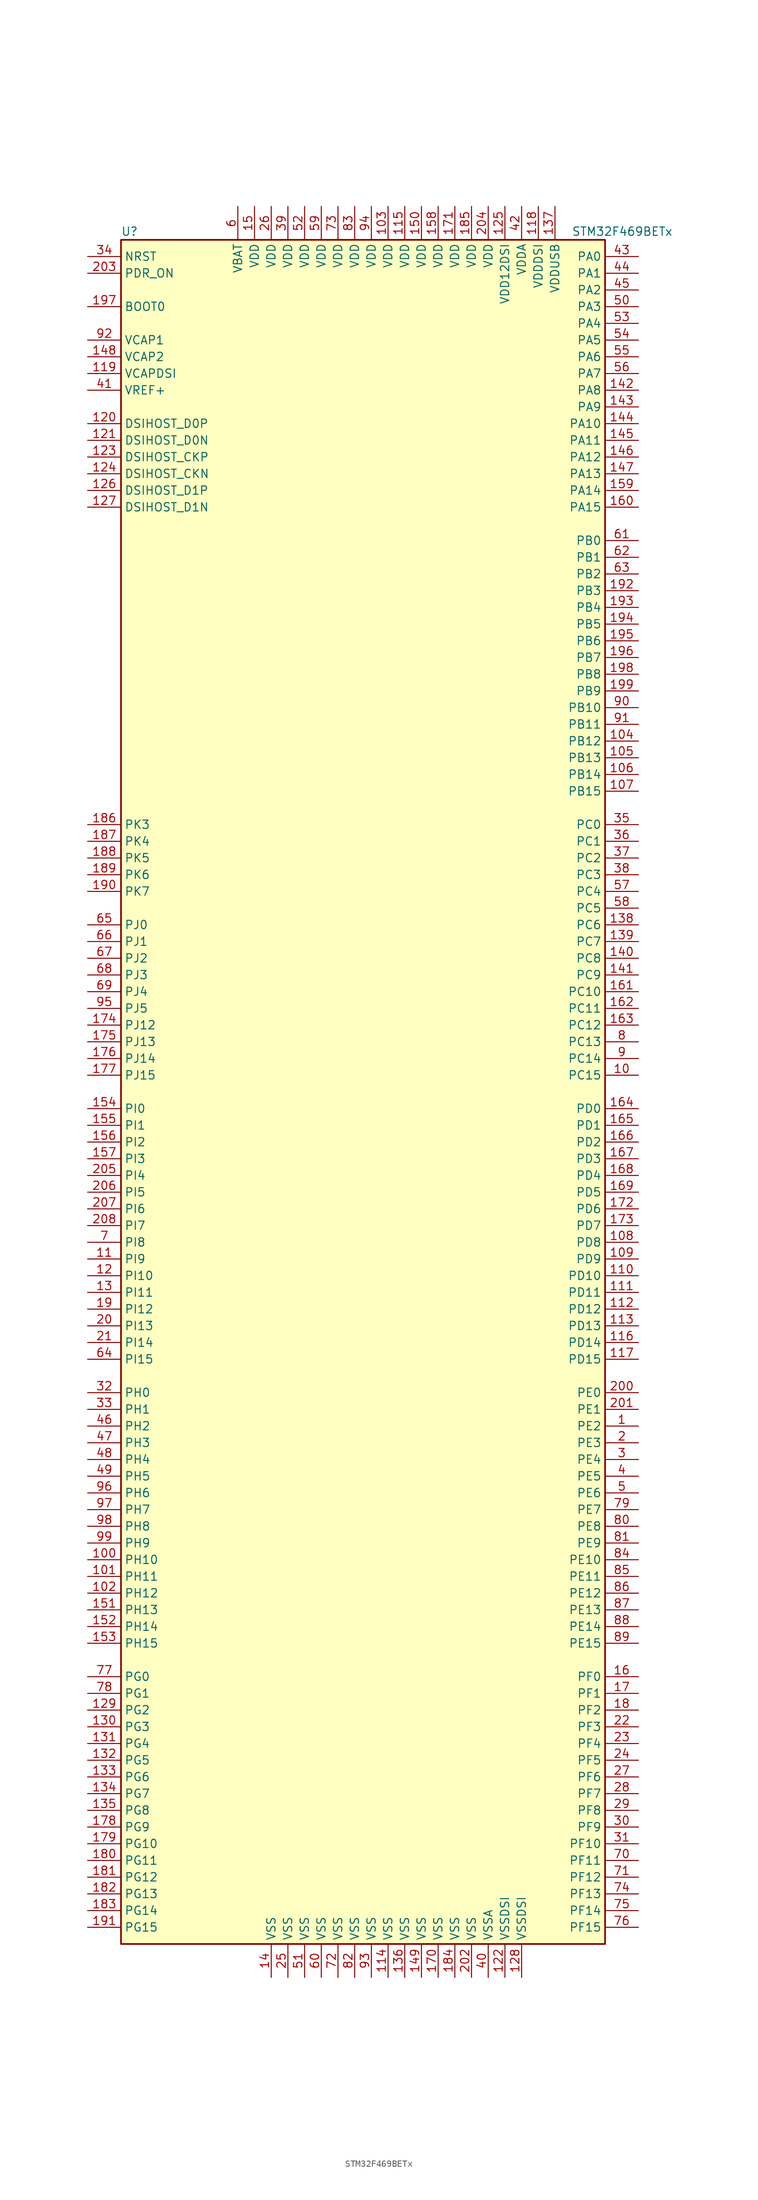
<source format=kicad_sym>
(kicad_symbol_lib
  (version 20201005)
  (generator kicad_symbol_editor)
  (symbol "STM32F469BETx"
    (property "Reference" "U"
      (at -38.1 130.81 0)
      (effects (font (size 1.27 1.27)) (justify left)))
    (property "Value" "STM32F469BETx"
      (at 30.48 130.81 0)
      (effects (font (size 1.27 1.27)) (justify left)))
    (symbol "STM32F469BETx_0_1"
      (rectangle (start -38.1 -129.54) (end 35.56 129.54) (stroke (width 0.254)) (fill (type background))))
    (symbol "STM32F469BETx_1_1"
      (pin input line (at -43.18 119.38 0) (length 5.08) (name "BOOT0" (effects (font (size 1.27 1.27)))) (number "197" (effects (font (size 1.27 1.27)))))
      (pin bidirectional line (at -43.18 93.98 0) (length 5.08) (name "DSIHOST_CKN" (effects (font (size 1.27 1.27)))) (number "124" (effects (font (size 1.27 1.27)))))
      (pin bidirectional line (at -43.18 96.52 0) (length 5.08) (name "DSIHOST_CKP" (effects (font (size 1.27 1.27)))) (number "123" (effects (font (size 1.27 1.27)))))
      (pin bidirectional line (at -43.18 99.06 0) (length 5.08) (name "DSIHOST_D0N" (effects (font (size 1.27 1.27)))) (number "121" (effects (font (size 1.27 1.27)))))
      (pin bidirectional line (at -43.18 101.6 0) (length 5.08) (name "DSIHOST_D0P" (effects (font (size 1.27 1.27)))) (number "120" (effects (font (size 1.27 1.27)))))
      (pin bidirectional line (at -43.18 88.9 0) (length 5.08) (name "DSIHOST_D1N" (effects (font (size 1.27 1.27)))) (number "127" (effects (font (size 1.27 1.27)))))
      (pin bidirectional line (at -43.18 91.44 0) (length 5.08) (name "DSIHOST_D1P" (effects (font (size 1.27 1.27)))) (number "126" (effects (font (size 1.27 1.27)))))
      (pin input line (at -43.18 127 0) (length 5.08) (name "NRST" (effects (font (size 1.27 1.27)))) (number "34" (effects (font (size 1.27 1.27)))))
      (pin bidirectional line (at 40.64 127 180) (length 5.08) (name "PA0" (effects (font (size 1.27 1.27)))) (number "43" (effects (font (size 1.27 1.27)))))
      (pin bidirectional line (at 40.64 124.46 180) (length 5.08) (name "PA1" (effects (font (size 1.27 1.27)))) (number "44" (effects (font (size 1.27 1.27)))))
      (pin bidirectional line (at 40.64 101.6 180) (length 5.08) (name "PA10" (effects (font (size 1.27 1.27)))) (number "144" (effects (font (size 1.27 1.27)))))
      (pin bidirectional line (at 40.64 99.06 180) (length 5.08) (name "PA11" (effects (font (size 1.27 1.27)))) (number "145" (effects (font (size 1.27 1.27)))))
      (pin bidirectional line (at 40.64 96.52 180) (length 5.08) (name "PA12" (effects (font (size 1.27 1.27)))) (number "146" (effects (font (size 1.27 1.27)))))
      (pin bidirectional line (at 40.64 93.98 180) (length 5.08) (name "PA13" (effects (font (size 1.27 1.27)))) (number "147" (effects (font (size 1.27 1.27)))))
      (pin bidirectional line (at 40.64 91.44 180) (length 5.08) (name "PA14" (effects (font (size 1.27 1.27)))) (number "159" (effects (font (size 1.27 1.27)))))
      (pin bidirectional line (at 40.64 88.9 180) (length 5.08) (name "PA15" (effects (font (size 1.27 1.27)))) (number "160" (effects (font (size 1.27 1.27)))))
      (pin bidirectional line (at 40.64 121.92 180) (length 5.08) (name "PA2" (effects (font (size 1.27 1.27)))) (number "45" (effects (font (size 1.27 1.27)))))
      (pin bidirectional line (at 40.64 119.38 180) (length 5.08) (name "PA3" (effects (font (size 1.27 1.27)))) (number "50" (effects (font (size 1.27 1.27)))))
      (pin bidirectional line (at 40.64 116.84 180) (length 5.08) (name "PA4" (effects (font (size 1.27 1.27)))) (number "53" (effects (font (size 1.27 1.27)))))
      (pin bidirectional line (at 40.64 114.3 180) (length 5.08) (name "PA5" (effects (font (size 1.27 1.27)))) (number "54" (effects (font (size 1.27 1.27)))))
      (pin bidirectional line (at 40.64 111.76 180) (length 5.08) (name "PA6" (effects (font (size 1.27 1.27)))) (number "55" (effects (font (size 1.27 1.27)))))
      (pin bidirectional line (at 40.64 109.22 180) (length 5.08) (name "PA7" (effects (font (size 1.27 1.27)))) (number "56" (effects (font (size 1.27 1.27)))))
      (pin bidirectional line (at 40.64 106.68 180) (length 5.08) (name "PA8" (effects (font (size 1.27 1.27)))) (number "142" (effects (font (size 1.27 1.27)))))
      (pin bidirectional line (at 40.64 104.14 180) (length 5.08) (name "PA9" (effects (font (size 1.27 1.27)))) (number "143" (effects (font (size 1.27 1.27)))))
      (pin bidirectional line (at 40.64 83.82 180) (length 5.08) (name "PB0" (effects (font (size 1.27 1.27)))) (number "61" (effects (font (size 1.27 1.27)))))
      (pin bidirectional line (at 40.64 81.28 180) (length 5.08) (name "PB1" (effects (font (size 1.27 1.27)))) (number "62" (effects (font (size 1.27 1.27)))))
      (pin bidirectional line (at 40.64 58.42 180) (length 5.08) (name "PB10" (effects (font (size 1.27 1.27)))) (number "90" (effects (font (size 1.27 1.27)))))
      (pin bidirectional line (at 40.64 55.88 180) (length 5.08) (name "PB11" (effects (font (size 1.27 1.27)))) (number "91" (effects (font (size 1.27 1.27)))))
      (pin bidirectional line (at 40.64 53.34 180) (length 5.08) (name "PB12" (effects (font (size 1.27 1.27)))) (number "104" (effects (font (size 1.27 1.27)))))
      (pin bidirectional line (at 40.64 50.8 180) (length 5.08) (name "PB13" (effects (font (size 1.27 1.27)))) (number "105" (effects (font (size 1.27 1.27)))))
      (pin bidirectional line (at 40.64 48.26 180) (length 5.08) (name "PB14" (effects (font (size 1.27 1.27)))) (number "106" (effects (font (size 1.27 1.27)))))
      (pin bidirectional line (at 40.64 45.72 180) (length 5.08) (name "PB15" (effects (font (size 1.27 1.27)))) (number "107" (effects (font (size 1.27 1.27)))))
      (pin bidirectional line (at 40.64 78.74 180) (length 5.08) (name "PB2" (effects (font (size 1.27 1.27)))) (number "63" (effects (font (size 1.27 1.27)))))
      (pin bidirectional line (at 40.64 76.2 180) (length 5.08) (name "PB3" (effects (font (size 1.27 1.27)))) (number "192" (effects (font (size 1.27 1.27)))))
      (pin bidirectional line (at 40.64 73.66 180) (length 5.08) (name "PB4" (effects (font (size 1.27 1.27)))) (number "193" (effects (font (size 1.27 1.27)))))
      (pin bidirectional line (at 40.64 71.12 180) (length 5.08) (name "PB5" (effects (font (size 1.27 1.27)))) (number "194" (effects (font (size 1.27 1.27)))))
      (pin bidirectional line (at 40.64 68.58 180) (length 5.08) (name "PB6" (effects (font (size 1.27 1.27)))) (number "195" (effects (font (size 1.27 1.27)))))
      (pin bidirectional line (at 40.64 66.04 180) (length 5.08) (name "PB7" (effects (font (size 1.27 1.27)))) (number "196" (effects (font (size 1.27 1.27)))))
      (pin bidirectional line (at 40.64 63.5 180) (length 5.08) (name "PB8" (effects (font (size 1.27 1.27)))) (number "198" (effects (font (size 1.27 1.27)))))
      (pin bidirectional line (at 40.64 60.96 180) (length 5.08) (name "PB9" (effects (font (size 1.27 1.27)))) (number "199" (effects (font (size 1.27 1.27)))))
      (pin bidirectional line (at 40.64 40.64 180) (length 5.08) (name "PC0" (effects (font (size 1.27 1.27)))) (number "35" (effects (font (size 1.27 1.27)))))
      (pin bidirectional line (at 40.64 38.1 180) (length 5.08) (name "PC1" (effects (font (size 1.27 1.27)))) (number "36" (effects (font (size 1.27 1.27)))))
      (pin bidirectional line (at 40.64 15.24 180) (length 5.08) (name "PC10" (effects (font (size 1.27 1.27)))) (number "161" (effects (font (size 1.27 1.27)))))
      (pin bidirectional line (at 40.64 12.7 180) (length 5.08) (name "PC11" (effects (font (size 1.27 1.27)))) (number "162" (effects (font (size 1.27 1.27)))))
      (pin bidirectional line (at 40.64 10.16 180) (length 5.08) (name "PC12" (effects (font (size 1.27 1.27)))) (number "163" (effects (font (size 1.27 1.27)))))
      (pin bidirectional line (at 40.64 7.62 180) (length 5.08) (name "PC13" (effects (font (size 1.27 1.27)))) (number "8" (effects (font (size 1.27 1.27)))))
      (pin bidirectional line (at 40.64 5.08 180) (length 5.08) (name "PC14" (effects (font (size 1.27 1.27)))) (number "9" (effects (font (size 1.27 1.27)))))
      (pin bidirectional line (at 40.64 2.54 180) (length 5.08) (name "PC15" (effects (font (size 1.27 1.27)))) (number "10" (effects (font (size 1.27 1.27)))))
      (pin bidirectional line (at 40.64 35.56 180) (length 5.08) (name "PC2" (effects (font (size 1.27 1.27)))) (number "37" (effects (font (size 1.27 1.27)))))
      (pin bidirectional line (at 40.64 33.02 180) (length 5.08) (name "PC3" (effects (font (size 1.27 1.27)))) (number "38" (effects (font (size 1.27 1.27)))))
      (pin bidirectional line (at 40.64 30.48 180) (length 5.08) (name "PC4" (effects (font (size 1.27 1.27)))) (number "57" (effects (font (size 1.27 1.27)))))
      (pin bidirectional line (at 40.64 27.94 180) (length 5.08) (name "PC5" (effects (font (size 1.27 1.27)))) (number "58" (effects (font (size 1.27 1.27)))))
      (pin bidirectional line (at 40.64 25.4 180) (length 5.08) (name "PC6" (effects (font (size 1.27 1.27)))) (number "138" (effects (font (size 1.27 1.27)))))
      (pin bidirectional line (at 40.64 22.86 180) (length 5.08) (name "PC7" (effects (font (size 1.27 1.27)))) (number "139" (effects (font (size 1.27 1.27)))))
      (pin bidirectional line (at 40.64 20.32 180) (length 5.08) (name "PC8" (effects (font (size 1.27 1.27)))) (number "140" (effects (font (size 1.27 1.27)))))
      (pin bidirectional line (at 40.64 17.78 180) (length 5.08) (name "PC9" (effects (font (size 1.27 1.27)))) (number "141" (effects (font (size 1.27 1.27)))))
      (pin bidirectional line (at 40.64 -2.54 180) (length 5.08) (name "PD0" (effects (font (size 1.27 1.27)))) (number "164" (effects (font (size 1.27 1.27)))))
      (pin bidirectional line (at 40.64 -5.08 180) (length 5.08) (name "PD1" (effects (font (size 1.27 1.27)))) (number "165" (effects (font (size 1.27 1.27)))))
      (pin bidirectional line (at 40.64 -27.94 180) (length 5.08) (name "PD10" (effects (font (size 1.27 1.27)))) (number "110" (effects (font (size 1.27 1.27)))))
      (pin bidirectional line (at 40.64 -30.48 180) (length 5.08) (name "PD11" (effects (font (size 1.27 1.27)))) (number "111" (effects (font (size 1.27 1.27)))))
      (pin bidirectional line (at 40.64 -33.02 180) (length 5.08) (name "PD12" (effects (font (size 1.27 1.27)))) (number "112" (effects (font (size 1.27 1.27)))))
      (pin bidirectional line (at 40.64 -35.56 180) (length 5.08) (name "PD13" (effects (font (size 1.27 1.27)))) (number "113" (effects (font (size 1.27 1.27)))))
      (pin bidirectional line (at 40.64 -38.1 180) (length 5.08) (name "PD14" (effects (font (size 1.27 1.27)))) (number "116" (effects (font (size 1.27 1.27)))))
      (pin bidirectional line (at 40.64 -40.64 180) (length 5.08) (name "PD15" (effects (font (size 1.27 1.27)))) (number "117" (effects (font (size 1.27 1.27)))))
      (pin bidirectional line (at 40.64 -7.62 180) (length 5.08) (name "PD2" (effects (font (size 1.27 1.27)))) (number "166" (effects (font (size 1.27 1.27)))))
      (pin bidirectional line (at 40.64 -10.16 180) (length 5.08) (name "PD3" (effects (font (size 1.27 1.27)))) (number "167" (effects (font (size 1.27 1.27)))))
      (pin bidirectional line (at 40.64 -12.7 180) (length 5.08) (name "PD4" (effects (font (size 1.27 1.27)))) (number "168" (effects (font (size 1.27 1.27)))))
      (pin bidirectional line (at 40.64 -15.24 180) (length 5.08) (name "PD5" (effects (font (size 1.27 1.27)))) (number "169" (effects (font (size 1.27 1.27)))))
      (pin bidirectional line (at 40.64 -17.78 180) (length 5.08) (name "PD6" (effects (font (size 1.27 1.27)))) (number "172" (effects (font (size 1.27 1.27)))))
      (pin bidirectional line (at 40.64 -20.32 180) (length 5.08) (name "PD7" (effects (font (size 1.27 1.27)))) (number "173" (effects (font (size 1.27 1.27)))))
      (pin bidirectional line (at 40.64 -22.86 180) (length 5.08) (name "PD8" (effects (font (size 1.27 1.27)))) (number "108" (effects (font (size 1.27 1.27)))))
      (pin bidirectional line (at 40.64 -25.4 180) (length 5.08) (name "PD9" (effects (font (size 1.27 1.27)))) (number "109" (effects (font (size 1.27 1.27)))))
      (pin input line (at -43.18 124.46 0) (length 5.08) (name "PDR_ON" (effects (font (size 1.27 1.27)))) (number "203" (effects (font (size 1.27 1.27)))))
      (pin bidirectional line (at 40.64 -45.72 180) (length 5.08) (name "PE0" (effects (font (size 1.27 1.27)))) (number "200" (effects (font (size 1.27 1.27)))))
      (pin bidirectional line (at 40.64 -48.26 180) (length 5.08) (name "PE1" (effects (font (size 1.27 1.27)))) (number "201" (effects (font (size 1.27 1.27)))))
      (pin bidirectional line (at 40.64 -71.12 180) (length 5.08) (name "PE10" (effects (font (size 1.27 1.27)))) (number "84" (effects (font (size 1.27 1.27)))))
      (pin bidirectional line (at 40.64 -73.66 180) (length 5.08) (name "PE11" (effects (font (size 1.27 1.27)))) (number "85" (effects (font (size 1.27 1.27)))))
      (pin bidirectional line (at 40.64 -76.2 180) (length 5.08) (name "PE12" (effects (font (size 1.27 1.27)))) (number "86" (effects (font (size 1.27 1.27)))))
      (pin bidirectional line (at 40.64 -78.74 180) (length 5.08) (name "PE13" (effects (font (size 1.27 1.27)))) (number "87" (effects (font (size 1.27 1.27)))))
      (pin bidirectional line (at 40.64 -81.28 180) (length 5.08) (name "PE14" (effects (font (size 1.27 1.27)))) (number "88" (effects (font (size 1.27 1.27)))))
      (pin bidirectional line (at 40.64 -83.82 180) (length 5.08) (name "PE15" (effects (font (size 1.27 1.27)))) (number "89" (effects (font (size 1.27 1.27)))))
      (pin bidirectional line (at 40.64 -50.8 180) (length 5.08) (name "PE2" (effects (font (size 1.27 1.27)))) (number "1" (effects (font (size 1.27 1.27)))))
      (pin bidirectional line (at 40.64 -53.34 180) (length 5.08) (name "PE3" (effects (font (size 1.27 1.27)))) (number "2" (effects (font (size 1.27 1.27)))))
      (pin bidirectional line (at 40.64 -55.88 180) (length 5.08) (name "PE4" (effects (font (size 1.27 1.27)))) (number "3" (effects (font (size 1.27 1.27)))))
      (pin bidirectional line (at 40.64 -58.42 180) (length 5.08) (name "PE5" (effects (font (size 1.27 1.27)))) (number "4" (effects (font (size 1.27 1.27)))))
      (pin bidirectional line (at 40.64 -60.96 180) (length 5.08) (name "PE6" (effects (font (size 1.27 1.27)))) (number "5" (effects (font (size 1.27 1.27)))))
      (pin bidirectional line (at 40.64 -63.5 180) (length 5.08) (name "PE7" (effects (font (size 1.27 1.27)))) (number "79" (effects (font (size 1.27 1.27)))))
      (pin bidirectional line (at 40.64 -66.04 180) (length 5.08) (name "PE8" (effects (font (size 1.27 1.27)))) (number "80" (effects (font (size 1.27 1.27)))))
      (pin bidirectional line (at 40.64 -68.58 180) (length 5.08) (name "PE9" (effects (font (size 1.27 1.27)))) (number "81" (effects (font (size 1.27 1.27)))))
      (pin bidirectional line (at 40.64 -88.9 180) (length 5.08) (name "PF0" (effects (font (size 1.27 1.27)))) (number "16" (effects (font (size 1.27 1.27)))))
      (pin bidirectional line (at 40.64 -91.44 180) (length 5.08) (name "PF1" (effects (font (size 1.27 1.27)))) (number "17" (effects (font (size 1.27 1.27)))))
      (pin bidirectional line (at 40.64 -114.3 180) (length 5.08) (name "PF10" (effects (font (size 1.27 1.27)))) (number "31" (effects (font (size 1.27 1.27)))))
      (pin bidirectional line (at 40.64 -116.84 180) (length 5.08) (name "PF11" (effects (font (size 1.27 1.27)))) (number "70" (effects (font (size 1.27 1.27)))))
      (pin bidirectional line (at 40.64 -119.38 180) (length 5.08) (name "PF12" (effects (font (size 1.27 1.27)))) (number "71" (effects (font (size 1.27 1.27)))))
      (pin bidirectional line (at 40.64 -121.92 180) (length 5.08) (name "PF13" (effects (font (size 1.27 1.27)))) (number "74" (effects (font (size 1.27 1.27)))))
      (pin bidirectional line (at 40.64 -124.46 180) (length 5.08) (name "PF14" (effects (font (size 1.27 1.27)))) (number "75" (effects (font (size 1.27 1.27)))))
      (pin bidirectional line (at 40.64 -127 180) (length 5.08) (name "PF15" (effects (font (size 1.27 1.27)))) (number "76" (effects (font (size 1.27 1.27)))))
      (pin bidirectional line (at 40.64 -93.98 180) (length 5.08) (name "PF2" (effects (font (size 1.27 1.27)))) (number "18" (effects (font (size 1.27 1.27)))))
      (pin bidirectional line (at 40.64 -96.52 180) (length 5.08) (name "PF3" (effects (font (size 1.27 1.27)))) (number "22" (effects (font (size 1.27 1.27)))))
      (pin bidirectional line (at 40.64 -99.06 180) (length 5.08) (name "PF4" (effects (font (size 1.27 1.27)))) (number "23" (effects (font (size 1.27 1.27)))))
      (pin bidirectional line (at 40.64 -101.6 180) (length 5.08) (name "PF5" (effects (font (size 1.27 1.27)))) (number "24" (effects (font (size 1.27 1.27)))))
      (pin bidirectional line (at 40.64 -104.14 180) (length 5.08) (name "PF6" (effects (font (size 1.27 1.27)))) (number "27" (effects (font (size 1.27 1.27)))))
      (pin bidirectional line (at 40.64 -106.68 180) (length 5.08) (name "PF7" (effects (font (size 1.27 1.27)))) (number "28" (effects (font (size 1.27 1.27)))))
      (pin bidirectional line (at 40.64 -109.22 180) (length 5.08) (name "PF8" (effects (font (size 1.27 1.27)))) (number "29" (effects (font (size 1.27 1.27)))))
      (pin bidirectional line (at 40.64 -111.76 180) (length 5.08) (name "PF9" (effects (font (size 1.27 1.27)))) (number "30" (effects (font (size 1.27 1.27)))))
      (pin bidirectional line (at -43.18 -88.9 0) (length 5.08) (name "PG0" (effects (font (size 1.27 1.27)))) (number "77" (effects (font (size 1.27 1.27)))))
      (pin bidirectional line (at -43.18 -91.44 0) (length 5.08) (name "PG1" (effects (font (size 1.27 1.27)))) (number "78" (effects (font (size 1.27 1.27)))))
      (pin bidirectional line (at -43.18 -114.3 0) (length 5.08) (name "PG10" (effects (font (size 1.27 1.27)))) (number "179" (effects (font (size 1.27 1.27)))))
      (pin bidirectional line (at -43.18 -116.84 0) (length 5.08) (name "PG11" (effects (font (size 1.27 1.27)))) (number "180" (effects (font (size 1.27 1.27)))))
      (pin bidirectional line (at -43.18 -119.38 0) (length 5.08) (name "PG12" (effects (font (size 1.27 1.27)))) (number "181" (effects (font (size 1.27 1.27)))))
      (pin bidirectional line (at -43.18 -121.92 0) (length 5.08) (name "PG13" (effects (font (size 1.27 1.27)))) (number "182" (effects (font (size 1.27 1.27)))))
      (pin bidirectional line (at -43.18 -124.46 0) (length 5.08) (name "PG14" (effects (font (size 1.27 1.27)))) (number "183" (effects (font (size 1.27 1.27)))))
      (pin bidirectional line (at -43.18 -127 0) (length 5.08) (name "PG15" (effects (font (size 1.27 1.27)))) (number "191" (effects (font (size 1.27 1.27)))))
      (pin bidirectional line (at -43.18 -93.98 0) (length 5.08) (name "PG2" (effects (font (size 1.27 1.27)))) (number "129" (effects (font (size 1.27 1.27)))))
      (pin bidirectional line (at -43.18 -96.52 0) (length 5.08) (name "PG3" (effects (font (size 1.27 1.27)))) (number "130" (effects (font (size 1.27 1.27)))))
      (pin bidirectional line (at -43.18 -99.06 0) (length 5.08) (name "PG4" (effects (font (size 1.27 1.27)))) (number "131" (effects (font (size 1.27 1.27)))))
      (pin bidirectional line (at -43.18 -101.6 0) (length 5.08) (name "PG5" (effects (font (size 1.27 1.27)))) (number "132" (effects (font (size 1.27 1.27)))))
      (pin bidirectional line (at -43.18 -104.14 0) (length 5.08) (name "PG6" (effects (font (size 1.27 1.27)))) (number "133" (effects (font (size 1.27 1.27)))))
      (pin bidirectional line (at -43.18 -106.68 0) (length 5.08) (name "PG7" (effects (font (size 1.27 1.27)))) (number "134" (effects (font (size 1.27 1.27)))))
      (pin bidirectional line (at -43.18 -109.22 0) (length 5.08) (name "PG8" (effects (font (size 1.27 1.27)))) (number "135" (effects (font (size 1.27 1.27)))))
      (pin bidirectional line (at -43.18 -111.76 0) (length 5.08) (name "PG9" (effects (font (size 1.27 1.27)))) (number "178" (effects (font (size 1.27 1.27)))))
      (pin input line (at -43.18 -45.72 0) (length 5.08) (name "PH0" (effects (font (size 1.27 1.27)))) (number "32" (effects (font (size 1.27 1.27)))))
      (pin input line (at -43.18 -48.26 0) (length 5.08) (name "PH1" (effects (font (size 1.27 1.27)))) (number "33" (effects (font (size 1.27 1.27)))))
      (pin bidirectional line (at -43.18 -71.12 0) (length 5.08) (name "PH10" (effects (font (size 1.27 1.27)))) (number "100" (effects (font (size 1.27 1.27)))))
      (pin bidirectional line (at -43.18 -73.66 0) (length 5.08) (name "PH11" (effects (font (size 1.27 1.27)))) (number "101" (effects (font (size 1.27 1.27)))))
      (pin bidirectional line (at -43.18 -76.2 0) (length 5.08) (name "PH12" (effects (font (size 1.27 1.27)))) (number "102" (effects (font (size 1.27 1.27)))))
      (pin bidirectional line (at -43.18 -78.74 0) (length 5.08) (name "PH13" (effects (font (size 1.27 1.27)))) (number "151" (effects (font (size 1.27 1.27)))))
      (pin bidirectional line (at -43.18 -81.28 0) (length 5.08) (name "PH14" (effects (font (size 1.27 1.27)))) (number "152" (effects (font (size 1.27 1.27)))))
      (pin bidirectional line (at -43.18 -83.82 0) (length 5.08) (name "PH15" (effects (font (size 1.27 1.27)))) (number "153" (effects (font (size 1.27 1.27)))))
      (pin bidirectional line (at -43.18 -50.8 0) (length 5.08) (name "PH2" (effects (font (size 1.27 1.27)))) (number "46" (effects (font (size 1.27 1.27)))))
      (pin bidirectional line (at -43.18 -53.34 0) (length 5.08) (name "PH3" (effects (font (size 1.27 1.27)))) (number "47" (effects (font (size 1.27 1.27)))))
      (pin bidirectional line (at -43.18 -55.88 0) (length 5.08) (name "PH4" (effects (font (size 1.27 1.27)))) (number "48" (effects (font (size 1.27 1.27)))))
      (pin bidirectional line (at -43.18 -58.42 0) (length 5.08) (name "PH5" (effects (font (size 1.27 1.27)))) (number "49" (effects (font (size 1.27 1.27)))))
      (pin bidirectional line (at -43.18 -60.96 0) (length 5.08) (name "PH6" (effects (font (size 1.27 1.27)))) (number "96" (effects (font (size 1.27 1.27)))))
      (pin bidirectional line (at -43.18 -63.5 0) (length 5.08) (name "PH7" (effects (font (size 1.27 1.27)))) (number "97" (effects (font (size 1.27 1.27)))))
      (pin bidirectional line (at -43.18 -66.04 0) (length 5.08) (name "PH8" (effects (font (size 1.27 1.27)))) (number "98" (effects (font (size 1.27 1.27)))))
      (pin bidirectional line (at -43.18 -68.58 0) (length 5.08) (name "PH9" (effects (font (size 1.27 1.27)))) (number "99" (effects (font (size 1.27 1.27)))))
      (pin bidirectional line (at -43.18 -2.54 0) (length 5.08) (name "PI0" (effects (font (size 1.27 1.27)))) (number "154" (effects (font (size 1.27 1.27)))))
      (pin bidirectional line (at -43.18 -5.08 0) (length 5.08) (name "PI1" (effects (font (size 1.27 1.27)))) (number "155" (effects (font (size 1.27 1.27)))))
      (pin bidirectional line (at -43.18 -27.94 0) (length 5.08) (name "PI10" (effects (font (size 1.27 1.27)))) (number "12" (effects (font (size 1.27 1.27)))))
      (pin bidirectional line (at -43.18 -30.48 0) (length 5.08) (name "PI11" (effects (font (size 1.27 1.27)))) (number "13" (effects (font (size 1.27 1.27)))))
      (pin bidirectional line (at -43.18 -33.02 0) (length 5.08) (name "PI12" (effects (font (size 1.27 1.27)))) (number "19" (effects (font (size 1.27 1.27)))))
      (pin bidirectional line (at -43.18 -35.56 0) (length 5.08) (name "PI13" (effects (font (size 1.27 1.27)))) (number "20" (effects (font (size 1.27 1.27)))))
      (pin bidirectional line (at -43.18 -38.1 0) (length 5.08) (name "PI14" (effects (font (size 1.27 1.27)))) (number "21" (effects (font (size 1.27 1.27)))))
      (pin bidirectional line (at -43.18 -40.64 0) (length 5.08) (name "PI15" (effects (font (size 1.27 1.27)))) (number "64" (effects (font (size 1.27 1.27)))))
      (pin bidirectional line (at -43.18 -7.62 0) (length 5.08) (name "PI2" (effects (font (size 1.27 1.27)))) (number "156" (effects (font (size 1.27 1.27)))))
      (pin bidirectional line (at -43.18 -10.16 0) (length 5.08) (name "PI3" (effects (font (size 1.27 1.27)))) (number "157" (effects (font (size 1.27 1.27)))))
      (pin bidirectional line (at -43.18 -12.7 0) (length 5.08) (name "PI4" (effects (font (size 1.27 1.27)))) (number "205" (effects (font (size 1.27 1.27)))))
      (pin bidirectional line (at -43.18 -15.24 0) (length 5.08) (name "PI5" (effects (font (size 1.27 1.27)))) (number "206" (effects (font (size 1.27 1.27)))))
      (pin bidirectional line (at -43.18 -17.78 0) (length 5.08) (name "PI6" (effects (font (size 1.27 1.27)))) (number "207" (effects (font (size 1.27 1.27)))))
      (pin bidirectional line (at -43.18 -20.32 0) (length 5.08) (name "PI7" (effects (font (size 1.27 1.27)))) (number "208" (effects (font (size 1.27 1.27)))))
      (pin bidirectional line (at -43.18 -22.86 0) (length 5.08) (name "PI8" (effects (font (size 1.27 1.27)))) (number "7" (effects (font (size 1.27 1.27)))))
      (pin bidirectional line (at -43.18 -25.4 0) (length 5.08) (name "PI9" (effects (font (size 1.27 1.27)))) (number "11" (effects (font (size 1.27 1.27)))))
      (pin bidirectional line (at -43.18 25.4 0) (length 5.08) (name "PJ0" (effects (font (size 1.27 1.27)))) (number "65" (effects (font (size 1.27 1.27)))))
      (pin bidirectional line (at -43.18 22.86 0) (length 5.08) (name "PJ1" (effects (font (size 1.27 1.27)))) (number "66" (effects (font (size 1.27 1.27)))))
      (pin bidirectional line (at -43.18 10.16 0) (length 5.08) (name "PJ12" (effects (font (size 1.27 1.27)))) (number "174" (effects (font (size 1.27 1.27)))))
      (pin bidirectional line (at -43.18 7.62 0) (length 5.08) (name "PJ13" (effects (font (size 1.27 1.27)))) (number "175" (effects (font (size 1.27 1.27)))))
      (pin bidirectional line (at -43.18 5.08 0) (length 5.08) (name "PJ14" (effects (font (size 1.27 1.27)))) (number "176" (effects (font (size 1.27 1.27)))))
      (pin bidirectional line (at -43.18 2.54 0) (length 5.08) (name "PJ15" (effects (font (size 1.27 1.27)))) (number "177" (effects (font (size 1.27 1.27)))))
      (pin bidirectional line (at -43.18 20.32 0) (length 5.08) (name "PJ2" (effects (font (size 1.27 1.27)))) (number "67" (effects (font (size 1.27 1.27)))))
      (pin bidirectional line (at -43.18 17.78 0) (length 5.08) (name "PJ3" (effects (font (size 1.27 1.27)))) (number "68" (effects (font (size 1.27 1.27)))))
      (pin bidirectional line (at -43.18 15.24 0) (length 5.08) (name "PJ4" (effects (font (size 1.27 1.27)))) (number "69" (effects (font (size 1.27 1.27)))))
      (pin bidirectional line (at -43.18 12.7 0) (length 5.08) (name "PJ5" (effects (font (size 1.27 1.27)))) (number "95" (effects (font (size 1.27 1.27)))))
      (pin bidirectional line (at -43.18 40.64 0) (length 5.08) (name "PK3" (effects (font (size 1.27 1.27)))) (number "186" (effects (font (size 1.27 1.27)))))
      (pin bidirectional line (at -43.18 38.1 0) (length 5.08) (name "PK4" (effects (font (size 1.27 1.27)))) (number "187" (effects (font (size 1.27 1.27)))))
      (pin bidirectional line (at -43.18 35.56 0) (length 5.08) (name "PK5" (effects (font (size 1.27 1.27)))) (number "188" (effects (font (size 1.27 1.27)))))
      (pin bidirectional line (at -43.18 33.02 0) (length 5.08) (name "PK6" (effects (font (size 1.27 1.27)))) (number "189" (effects (font (size 1.27 1.27)))))
      (pin bidirectional line (at -43.18 30.48 0) (length 5.08) (name "PK7" (effects (font (size 1.27 1.27)))) (number "190" (effects (font (size 1.27 1.27)))))
      (pin power_in line (at -20.32 134.62 270) (length 5.08) (name "VBAT" (effects (font (size 1.27 1.27)))) (number "6" (effects (font (size 1.27 1.27)))))
      (pin power_in line (at -43.18 114.3 0) (length 5.08) (name "VCAP1" (effects (font (size 1.27 1.27)))) (number "92" (effects (font (size 1.27 1.27)))))
      (pin power_in line (at -43.18 111.76 0) (length 5.08) (name "VCAP2" (effects (font (size 1.27 1.27)))) (number "148" (effects (font (size 1.27 1.27)))))
      (pin power_in line (at -43.18 109.22 0) (length 5.08) (name "VCAPDSI" (effects (font (size 1.27 1.27)))) (number "119" (effects (font (size 1.27 1.27)))))
      (pin power_in line (at 2.54 134.62 270) (length 5.08) (name "VDD" (effects (font (size 1.27 1.27)))) (number "103" (effects (font (size 1.27 1.27)))))
      (pin power_in line (at 5.08 134.62 270) (length 5.08) (name "VDD" (effects (font (size 1.27 1.27)))) (number "115" (effects (font (size 1.27 1.27)))))
      (pin power_in line (at -17.78 134.62 270) (length 5.08) (name "VDD" (effects (font (size 1.27 1.27)))) (number "15" (effects (font (size 1.27 1.27)))))
      (pin power_in line (at 7.62 134.62 270) (length 5.08) (name "VDD" (effects (font (size 1.27 1.27)))) (number "150" (effects (font (size 1.27 1.27)))))
      (pin power_in line (at 10.16 134.62 270) (length 5.08) (name "VDD" (effects (font (size 1.27 1.27)))) (number "158" (effects (font (size 1.27 1.27)))))
      (pin power_in line (at 12.7 134.62 270) (length 5.08) (name "VDD" (effects (font (size 1.27 1.27)))) (number "171" (effects (font (size 1.27 1.27)))))
      (pin power_in line (at 15.24 134.62 270) (length 5.08) (name "VDD" (effects (font (size 1.27 1.27)))) (number "185" (effects (font (size 1.27 1.27)))))
      (pin power_in line (at 17.78 134.62 270) (length 5.08) (name "VDD" (effects (font (size 1.27 1.27)))) (number "204" (effects (font (size 1.27 1.27)))))
      (pin power_in line (at -15.24 134.62 270) (length 5.08) (name "VDD" (effects (font (size 1.27 1.27)))) (number "26" (effects (font (size 1.27 1.27)))))
      (pin power_in line (at -12.7 134.62 270) (length 5.08) (name "VDD" (effects (font (size 1.27 1.27)))) (number "39" (effects (font (size 1.27 1.27)))))
      (pin power_in line (at -10.16 134.62 270) (length 5.08) (name "VDD" (effects (font (size 1.27 1.27)))) (number "52" (effects (font (size 1.27 1.27)))))
      (pin power_in line (at -7.62 134.62 270) (length 5.08) (name "VDD" (effects (font (size 1.27 1.27)))) (number "59" (effects (font (size 1.27 1.27)))))
      (pin power_in line (at -5.08 134.62 270) (length 5.08) (name "VDD" (effects (font (size 1.27 1.27)))) (number "73" (effects (font (size 1.27 1.27)))))
      (pin power_in line (at -2.54 134.62 270) (length 5.08) (name "VDD" (effects (font (size 1.27 1.27)))) (number "83" (effects (font (size 1.27 1.27)))))
      (pin power_in line (at 0 134.62 270) (length 5.08) (name "VDD" (effects (font (size 1.27 1.27)))) (number "94" (effects (font (size 1.27 1.27)))))
      (pin power_in line (at 20.32 134.62 270) (length 5.08) (name "VDD12DSI" (effects (font (size 1.27 1.27)))) (number "125" (effects (font (size 1.27 1.27)))))
      (pin power_in line (at 22.86 134.62 270) (length 5.08) (name "VDDA" (effects (font (size 1.27 1.27)))) (number "42" (effects (font (size 1.27 1.27)))))
      (pin power_in line (at 25.4 134.62 270) (length 5.08) (name "VDDDSI" (effects (font (size 1.27 1.27)))) (number "118" (effects (font (size 1.27 1.27)))))
      (pin power_in line (at 27.94 134.62 270) (length 5.08) (name "VDDUSB" (effects (font (size 1.27 1.27)))) (number "137" (effects (font (size 1.27 1.27)))))
      (pin power_in line (at -43.18 106.68 0) (length 5.08) (name "VREF+" (effects (font (size 1.27 1.27)))) (number "41" (effects (font (size 1.27 1.27)))))
      (pin power_in line (at 2.54 -134.62 90) (length 5.08) (name "VSS" (effects (font (size 1.27 1.27)))) (number "114" (effects (font (size 1.27 1.27)))))
      (pin power_in line (at 5.08 -134.62 90) (length 5.08) (name "VSS" (effects (font (size 1.27 1.27)))) (number "136" (effects (font (size 1.27 1.27)))))
      (pin power_in line (at -15.24 -134.62 90) (length 5.08) (name "VSS" (effects (font (size 1.27 1.27)))) (number "14" (effects (font (size 1.27 1.27)))))
      (pin power_in line (at 7.62 -134.62 90) (length 5.08) (name "VSS" (effects (font (size 1.27 1.27)))) (number "149" (effects (font (size 1.27 1.27)))))
      (pin power_in line (at 10.16 -134.62 90) (length 5.08) (name "VSS" (effects (font (size 1.27 1.27)))) (number "170" (effects (font (size 1.27 1.27)))))
      (pin power_in line (at 12.7 -134.62 90) (length 5.08) (name "VSS" (effects (font (size 1.27 1.27)))) (number "184" (effects (font (size 1.27 1.27)))))
      (pin power_in line (at 15.24 -134.62 90) (length 5.08) (name "VSS" (effects (font (size 1.27 1.27)))) (number "202" (effects (font (size 1.27 1.27)))))
      (pin power_in line (at -12.7 -134.62 90) (length 5.08) (name "VSS" (effects (font (size 1.27 1.27)))) (number "25" (effects (font (size 1.27 1.27)))))
      (pin power_in line (at -10.16 -134.62 90) (length 5.08) (name "VSS" (effects (font (size 1.27 1.27)))) (number "51" (effects (font (size 1.27 1.27)))))
      (pin power_in line (at -7.62 -134.62 90) (length 5.08) (name "VSS" (effects (font (size 1.27 1.27)))) (number "60" (effects (font (size 1.27 1.27)))))
      (pin power_in line (at -5.08 -134.62 90) (length 5.08) (name "VSS" (effects (font (size 1.27 1.27)))) (number "72" (effects (font (size 1.27 1.27)))))
      (pin power_in line (at -2.54 -134.62 90) (length 5.08) (name "VSS" (effects (font (size 1.27 1.27)))) (number "82" (effects (font (size 1.27 1.27)))))
      (pin power_in line (at 0 -134.62 90) (length 5.08) (name "VSS" (effects (font (size 1.27 1.27)))) (number "93" (effects (font (size 1.27 1.27)))))
      (pin power_in line (at 17.78 -134.62 90) (length 5.08) (name "VSSA" (effects (font (size 1.27 1.27)))) (number "40" (effects (font (size 1.27 1.27)))))
      (pin power_in line (at 20.32 -134.62 90) (length 5.08) (name "VSSDSI" (effects (font (size 1.27 1.27)))) (number "122" (effects (font (size 1.27 1.27)))))
      (pin power_in line (at 22.86 -134.62 90) (length 5.08) (name "VSSDSI" (effects (font (size 1.27 1.27)))) (number "128" (effects (font (size 1.27 1.27))))))))
</source>
